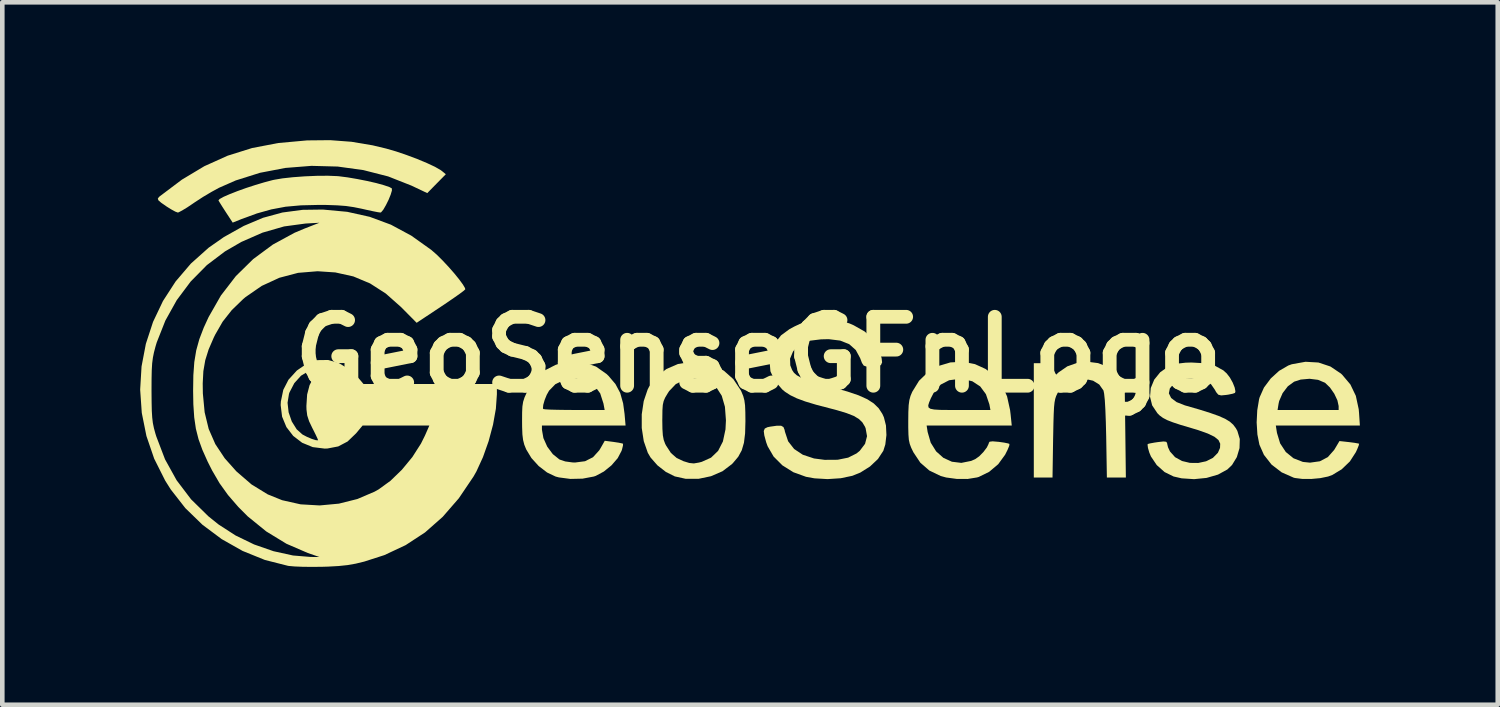
<source format=kicad_pcb>
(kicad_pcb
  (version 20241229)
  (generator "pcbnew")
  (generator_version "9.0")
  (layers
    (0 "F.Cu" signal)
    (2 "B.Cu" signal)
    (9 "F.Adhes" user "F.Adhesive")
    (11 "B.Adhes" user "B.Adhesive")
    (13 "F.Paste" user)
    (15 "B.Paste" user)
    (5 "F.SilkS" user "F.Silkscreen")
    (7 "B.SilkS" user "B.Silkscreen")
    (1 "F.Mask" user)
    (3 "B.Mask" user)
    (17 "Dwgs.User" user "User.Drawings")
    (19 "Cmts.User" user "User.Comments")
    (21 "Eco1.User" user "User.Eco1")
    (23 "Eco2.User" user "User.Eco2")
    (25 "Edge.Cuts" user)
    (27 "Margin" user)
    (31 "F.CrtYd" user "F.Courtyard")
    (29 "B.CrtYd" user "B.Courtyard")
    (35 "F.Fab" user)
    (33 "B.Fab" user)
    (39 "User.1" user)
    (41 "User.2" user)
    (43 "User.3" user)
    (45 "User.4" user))
  (footprint "GeoSenseGFnLogo"
    (layer "F.Cu")
    (at 13.453 4.665)
    (property "Reference" "GeoSenseGFnLogo" (at 0 0 0) (layer "F.SilkS") (effects (font (size 1.5 1.5) (thickness 0.3))))
    (attr board_only exclude_from_pos_files exclude_from_bom)
    (fp_poly (pts (xy 7.391 0.186) (xy 7.597 0.266) (xy 7.769 0.395) (xy 7.867 0.522) (xy 7.97 0.697) (xy 7.983 1.686) (xy 7.995 2.676) (xy 7.788 2.676) (xy 7.582 2.676) (xy 7.567 1.781) (xy 7.559 1.462) (xy 7.549 1.198) (xy 7.537 0.992) (xy 7.522 0.85) (xy 7.508 0.782) (xy 7.416 0.652) (xy 7.282 0.569) (xy 7.121 0.533) (xy 6.948 0.541) (xy 6.779 0.594) (xy 6.63 0.69) (xy 6.515 0.828) (xy 6.504 0.848) (xy 6.478 0.903) (xy 6.458 0.964) (xy 6.443 1.042) (xy 6.432 1.148) (xy 6.425 1.292) (xy 6.419 1.487) (xy 6.414 1.742) (xy 6.412 1.837) (xy 6.399 2.676) (xy 6.196 2.676) (xy 5.992 2.676) (xy 5.992 1.432) (xy 5.992 0.188) (xy 6.18 0.188) (xy 6.369 0.188) (xy 6.369 0.363) (xy 6.369 0.537) (xy 6.532 0.387) (xy 6.722 0.256) (xy 6.939 0.18) (xy 7.167 0.157)) (stroke (width 0) (type solid)) (fill yes) (layer "F.SilkS"))
    (fp_poly (pts (xy -8.855 -4.63) (xy -8.396 -4.553) (xy -8.103 -4.483) (xy -7.885 -4.42) (xy -7.653 -4.341) (xy -7.424 -4.255) (xy -7.213 -4.167) (xy -7.038 -4.085) (xy -6.913 -4.013) (xy -6.885 -3.992) (xy -6.802 -3.924) (xy -7.004 -3.719) (xy -7.206 -3.513) (xy -7.55 -3.676) (xy -8.057 -3.876) (xy -8.597 -4.014) (xy -9.156 -4.091) (xy -9.726 -4.106) (xy -10.293 -4.061) (xy -10.846 -3.955) (xy -11.375 -3.788) (xy -11.739 -3.628) (xy -11.898 -3.541) (xy -12.084 -3.431) (xy -12.259 -3.317) (xy -12.294 -3.293) (xy -12.426 -3.204) (xy -12.538 -3.136) (xy -12.614 -3.096) (xy -12.633 -3.09) (xy -12.688 -3.11) (xy -12.783 -3.162) (xy -12.88 -3.223) (xy -12.995 -3.303) (xy -13.056 -3.356) (xy -13.069 -3.393) (xy -13.044 -3.428) (xy -13.026 -3.444) (xy -12.545 -3.806) (xy -12.056 -4.099) (xy -11.55 -4.327) (xy -11.017 -4.494) (xy -10.448 -4.603) (xy -9.832 -4.659) (xy -9.817 -4.66) (xy -9.318 -4.665)) (stroke (width 0) (type solid)) (fill yes) (layer "F.SilkS"))
    (fp_poly (pts (xy -9.168 -3.883) (xy -9.13 -3.88) (xy -8.936 -3.855) (xy -8.726 -3.819) (xy -8.514 -3.777) (xy -8.317 -3.732) (xy -8.151 -3.686) (xy -8.03 -3.645) (xy -7.977 -3.616) (xy -7.975 -3.57) (xy -8.002 -3.48) (xy -8.048 -3.367) (xy -8.105 -3.252) (xy -8.161 -3.155) (xy -8.208 -3.098) (xy -8.224 -3.09) (xy -8.281 -3.098) (xy -8.393 -3.12) (xy -8.54 -3.152) (xy -8.632 -3.173) (xy -8.806 -3.208) (xy -8.976 -3.233) (xy -9.165 -3.247) (xy -9.394 -3.255) (xy -9.572 -3.256) (xy -9.954 -3.247) (xy -10.288 -3.217) (xy -10.598 -3.159) (xy -10.912 -3.071) (xy -11.251 -2.947) (xy -11.44 -2.871) (xy -11.59 -3.1) (xy -11.664 -3.215) (xy -11.721 -3.306) (xy -11.749 -3.353) (xy -11.75 -3.354) (xy -11.724 -3.385) (xy -11.639 -3.432) (xy -11.506 -3.49) (xy -11.338 -3.556) (xy -11.149 -3.624) (xy -10.949 -3.689) (xy -10.752 -3.748) (xy -10.571 -3.796) (xy -10.533 -3.804) (xy -10.356 -3.834) (xy -10.128 -3.859) (xy -9.871 -3.878) (xy -9.61 -3.889) (xy -9.368 -3.891)) (stroke (width 0) (type solid)) (fill yes) (layer "F.SilkS"))
    (fp_poly (pts (xy -1.295 0.163) (xy -1.006 0.225) (xy -0.754 0.35) (xy -0.546 0.535) (xy -0.386 0.775) (xy -0.369 0.81) (xy -0.331 0.903) (xy -0.306 0.995) (xy -0.291 1.106) (xy -0.285 1.255) (xy -0.283 1.451) (xy -0.29 1.714) (xy -0.315 1.919) (xy -0.363 2.083) (xy -0.439 2.223) (xy -0.549 2.354) (xy -0.575 2.382) (xy -0.782 2.539) (xy -1.032 2.647) (xy -1.304 2.704) (xy -1.581 2.704) (xy -1.82 2.651) (xy -2.014 2.554) (xy -2.198 2.41) (xy -2.347 2.24) (xy -2.407 2.138) (xy -2.495 1.885) (xy -2.539 1.598) (xy -2.539 1.429) (xy -2.092 1.429) (xy -2.089 1.621) (xy -2.08 1.757) (xy -2.061 1.857) (xy -2.03 1.941) (xy -2.011 1.978) (xy -1.904 2.142) (xy -1.779 2.251) (xy -1.632 2.32) (xy -1.505 2.359) (xy -1.406 2.369) (xy -1.294 2.35) (xy -1.233 2.334) (xy -1.031 2.243) (xy -0.878 2.096) (xy -0.773 1.891) (xy -0.717 1.629) (xy -0.707 1.432) (xy -0.729 1.136) (xy -0.798 0.897) (xy -0.913 0.717) (xy -1.074 0.596) (xy -1.281 0.535) (xy -1.403 0.528) (xy -1.621 0.555) (xy -1.797 0.642) (xy -1.943 0.795) (xy -1.978 0.849) (xy -2.029 0.935) (xy -2.062 1.011) (xy -2.081 1.096) (xy -2.089 1.211) (xy -2.091 1.377) (xy -2.092 1.429) (xy -2.539 1.429) (xy -2.539 1.3) (xy -2.496 1.013) (xy -2.41 0.759) (xy -2.378 0.697) (xy -2.215 0.48) (xy -2.003 0.315) (xy -1.752 0.206) (xy -1.474 0.159)) (stroke (width 0) (type solid)) (fill yes) (layer "F.SilkS"))
    (fp_poly (pts (xy 12.185 0.173) (xy 12.444 0.259) (xy 12.674 0.413) (xy 12.701 0.438) (xy 12.88 0.65) (xy 12.999 0.898) (xy 13.062 1.191) (xy 13.069 1.272) (xy 13.087 1.545) (xy 12.173 1.545) (xy 11.258 1.545) (xy 11.283 1.705) (xy 11.352 1.933) (xy 11.475 2.12) (xy 11.643 2.257) (xy 11.847 2.336) (xy 12.002 2.352) (xy 12.217 2.322) (xy 12.39 2.231) (xy 12.527 2.076) (xy 12.543 2.05) (xy 12.643 1.882) (xy 12.851 1.905) (xy 12.967 1.92) (xy 13.047 1.934) (xy 13.07 1.94) (xy 13.062 1.977) (xy 13.029 2.06) (xy 13 2.123) (xy 12.87 2.325) (xy 12.691 2.497) (xy 12.485 2.621) (xy 12.395 2.654) (xy 12.225 2.689) (xy 12.028 2.707) (xy 11.835 2.706) (xy 11.675 2.686) (xy 11.645 2.678) (xy 11.385 2.563) (xy 11.166 2.395) (xy 10.999 2.182) (xy 10.901 1.961) (xy 10.857 1.738) (xy 10.841 1.477) (xy 10.854 1.211) (xy 10.855 1.206) (xy 11.296 1.206) (xy 11.96 1.206) (xy 12.625 1.206) (xy 12.625 1.12) (xy 12.598 0.996) (xy 12.53 0.852) (xy 12.436 0.717) (xy 12.334 0.618) (xy 12.327 0.613) (xy 12.177 0.55) (xy 11.991 0.527) (xy 11.8 0.544) (xy 11.657 0.59) (xy 11.52 0.69) (xy 11.406 0.839) (xy 11.331 1.011) (xy 11.318 1.069) (xy 11.296 1.206) (xy 10.855 1.206) (xy 10.894 0.971) (xy 10.906 0.929) (xy 11 0.718) (xy 11.148 0.52) (xy 11.33 0.354) (xy 11.53 0.238) (xy 11.605 0.211) (xy 11.904 0.157)) (stroke (width 0) (type solid)) (fill yes) (layer "F.SilkS"))
    (fp_poly (pts (xy 4.711 0.208) (xy 4.942 0.313) (xy 5.147 0.469) (xy 5.301 0.665) (xy 5.41 0.91) (xy 5.476 1.21) (xy 5.488 1.31) (xy 5.512 1.545) (xy 4.586 1.545) (xy 3.66 1.545) (xy 3.682 1.686) (xy 3.749 1.918) (xy 3.867 2.107) (xy 4.024 2.247) (xy 4.21 2.332) (xy 4.415 2.357) (xy 4.629 2.314) (xy 4.718 2.275) (xy 4.805 2.213) (xy 4.895 2.121) (xy 4.97 2.022) (xy 5.01 1.94) (xy 5.012 1.923) (xy 5.031 1.896) (xy 5.097 1.888) (xy 5.223 1.899) (xy 5.227 1.899) (xy 5.347 1.916) (xy 5.434 1.934) (xy 5.462 1.945) (xy 5.457 1.986) (xy 5.421 2.073) (xy 5.368 2.179) (xy 5.218 2.385) (xy 5.02 2.552) (xy 4.794 2.663) (xy 4.755 2.674) (xy 4.551 2.707) (xy 4.316 2.706) (xy 4.085 2.675) (xy 3.965 2.642) (xy 3.718 2.523) (xy 3.523 2.353) (xy 3.373 2.128) (xy 3.325 2.03) (xy 3.293 1.946) (xy 3.273 1.856) (xy 3.264 1.741) (xy 3.26 1.583) (xy 3.26 1.454) (xy 3.262 1.25) (xy 3.269 1.104) (xy 3.695 1.104) (xy 3.701 1.15) (xy 3.741 1.179) (xy 3.824 1.196) (xy 3.957 1.204) (xy 4.15 1.206) (xy 4.371 1.206) (xy 5.048 1.206) (xy 5.025 1.083) (xy 4.95 0.862) (xy 4.825 0.693) (xy 4.653 0.581) (xy 4.439 0.53) (xy 4.372 0.528) (xy 4.149 0.559) (xy 3.967 0.653) (xy 3.824 0.811) (xy 3.752 0.951) (xy 3.715 1.039) (xy 3.695 1.104) (xy 3.269 1.104) (xy 3.269 1.102) (xy 3.284 0.992) (xy 3.309 0.9) (xy 3.347 0.81) (xy 3.495 0.57) (xy 3.691 0.381) (xy 3.922 0.247) (xy 4.177 0.171) (xy 4.443 0.157)) (stroke (width 0) (type solid)) (fill yes) (layer "F.SilkS"))
    (fp_poly (pts (xy -3.789 0.172) (xy -3.534 0.262) (xy -3.305 0.423) (xy -3.261 0.465) (xy -3.111 0.642) (xy -3.008 0.835) (xy -2.944 1.063) (xy -2.913 1.291) (xy -2.891 1.545) (xy -3.801 1.545) (xy -4.711 1.545) (xy -4.711 1.634) (xy -4.679 1.817) (xy -4.596 2.003) (xy -4.475 2.166) (xy -4.332 2.281) (xy -4.322 2.286) (xy -4.202 2.326) (xy -4.046 2.347) (xy -3.99 2.349) (xy -3.773 2.321) (xy -3.6 2.234) (xy -3.463 2.083) (xy -3.433 2.033) (xy -3.344 1.876) (xy -3.152 1.901) (xy -3.04 1.918) (xy -2.964 1.934) (xy -2.946 1.941) (xy -2.948 1.982) (xy -2.969 2.067) (xy -2.979 2.096) (xy -3.062 2.254) (xy -3.197 2.41) (xy -3.363 2.545) (xy -3.538 2.639) (xy -3.582 2.654) (xy -3.826 2.7) (xy -4.092 2.706) (xy -4.342 2.673) (xy -4.414 2.654) (xy -4.599 2.566) (xy -4.782 2.425) (xy -4.94 2.251) (xy -5.053 2.064) (xy -5.095 1.961) (xy -5.121 1.859) (xy -5.136 1.737) (xy -5.142 1.574) (xy -5.143 1.45) (xy -5.142 1.263) (xy -5.138 1.168) (xy -4.689 1.168) (xy -4.682 1.185) (xy -4.639 1.192) (xy -4.533 1.198) (xy -4.378 1.202) (xy -4.184 1.205) (xy -4.003 1.206) (xy -3.346 1.206) (xy -3.372 1.066) (xy -3.443 0.845) (xy -3.564 0.681) (xy -3.731 0.576) (xy -3.945 0.53) (xy -4.008 0.528) (xy -4.236 0.556) (xy -4.419 0.645) (xy -4.555 0.785) (xy -4.607 0.877) (xy -4.652 0.989) (xy -4.682 1.094) (xy -4.689 1.168) (xy -5.138 1.168) (xy -5.136 1.13) (xy -5.12 1.028) (xy -5.09 0.934) (xy -5.042 0.828) (xy -5.019 0.781) (xy -4.861 0.534) (xy -4.658 0.349) (xy -4.412 0.224) (xy -4.359 0.207) (xy -4.065 0.154)) (stroke (width 0) (type solid)) (fill yes) (layer "F.SilkS"))
    (fp_poly (pts (xy 9.707 0.189) (xy 9.936 0.245) (xy 10.116 0.344) (xy 10.19 0.411) (xy 10.259 0.501) (xy 10.32 0.61) (xy 10.363 0.718) (xy 10.379 0.801) (xy 10.37 0.834) (xy 10.32 0.852) (xy 10.224 0.872) (xy 10.174 0.879) (xy 10.068 0.889) (xy 10.006 0.873) (xy 9.96 0.818) (xy 9.929 0.762) (xy 9.85 0.648) (xy 9.748 0.576) (xy 9.606 0.539) (xy 9.415 0.528) (xy 9.269 0.532) (xy 9.172 0.55) (xy 9.096 0.588) (xy 9.047 0.625) (xy 8.952 0.736) (xy 8.931 0.844) (xy 8.98 0.945) (xy 9.098 1.034) (xy 9.283 1.107) (xy 9.295 1.11) (xy 9.597 1.197) (xy 9.835 1.272) (xy 10.018 1.337) (xy 10.155 1.398) (xy 10.257 1.46) (xy 10.331 1.526) (xy 10.388 1.602) (xy 10.421 1.661) (xy 10.474 1.838) (xy 10.468 2.035) (xy 10.41 2.231) (xy 10.305 2.403) (xy 10.204 2.5) (xy 10 2.612) (xy 9.751 2.684) (xy 9.48 2.711) (xy 9.208 2.693) (xy 9.033 2.653) (xy 8.838 2.557) (xy 8.667 2.405) (xy 8.541 2.218) (xy 8.506 2.135) (xy 8.476 2.032) (xy 8.467 1.962) (xy 8.472 1.946) (xy 8.522 1.933) (xy 8.62 1.915) (xy 8.696 1.904) (xy 8.812 1.891) (xy 8.871 1.897) (xy 8.892 1.923) (xy 8.894 1.941) (xy 8.912 2.017) (xy 8.955 2.109) (xy 9.066 2.233) (xy 9.216 2.316) (xy 9.389 2.357) (xy 9.569 2.359) (xy 9.741 2.322) (xy 9.889 2.248) (xy 9.998 2.137) (xy 10.044 2.031) (xy 10.048 1.94) (xy 10.011 1.861) (xy 9.923 1.789) (xy 9.779 1.719) (xy 9.571 1.645) (xy 9.425 1.601) (xy 9.192 1.532) (xy 9.019 1.475) (xy 8.893 1.426) (xy 8.802 1.378) (xy 8.731 1.326) (xy 8.68 1.275) (xy 8.567 1.105) (xy 8.521 0.919) (xy 8.537 0.728) (xy 8.612 0.546) (xy 8.743 0.384) (xy 8.926 0.256) (xy 8.969 0.236) (xy 9.101 0.199) (xy 9.293 0.177) (xy 9.421 0.173)) (stroke (width 0) (type solid)) (fill yes) (layer "F.SilkS"))
    (fp_poly (pts (xy 1.643 -0.733) (xy 1.782 -0.725) (xy 1.888 -0.707) (xy 1.982 -0.677) (xy 2.073 -0.637) (xy 2.31 -0.503) (xy 2.483 -0.348) (xy 2.602 -0.161) (xy 2.679 0.072) (xy 2.68 0.074) (xy 2.691 0.171) (xy 2.665 0.229) (xy 2.587 0.256) (xy 2.449 0.263) (xy 2.349 0.261) (xy 2.291 0.24) (xy 2.253 0.183) (xy 2.213 0.077) (xy 2.117 -0.1) (xy 1.974 -0.227) (xy 1.779 -0.304) (xy 1.529 -0.335) (xy 1.361 -0.331) (xy 1.124 -0.302) (xy 0.947 -0.244) (xy 0.819 -0.151) (xy 0.752 -0.064) (xy 0.688 0.089) (xy 0.693 0.235) (xy 0.733 0.336) (xy 0.773 0.396) (xy 0.832 0.449) (xy 0.92 0.499) (xy 1.047 0.55) (xy 1.222 0.606) (xy 1.455 0.672) (xy 1.625 0.717) (xy 1.935 0.804) (xy 2.179 0.887) (xy 2.368 0.972) (xy 2.51 1.064) (xy 2.617 1.169) (xy 2.697 1.292) (xy 2.73 1.365) (xy 2.775 1.543) (xy 2.785 1.751) (xy 2.761 1.956) (xy 2.718 2.093) (xy 2.601 2.272) (xy 2.427 2.436) (xy 2.217 2.568) (xy 2.044 2.638) (xy 1.791 2.691) (xy 1.504 2.71) (xy 1.218 2.693) (xy 1.036 2.66) (xy 0.759 2.56) (xy 0.52 2.41) (xy 0.33 2.219) (xy 0.2 1.995) (xy 0.169 1.91) (xy 0.128 1.759) (xy 0.116 1.664) (xy 0.138 1.61) (xy 0.196 1.581) (xy 0.254 1.569) (xy 0.403 1.548) (xy 0.494 1.549) (xy 0.544 1.577) (xy 0.569 1.638) (xy 0.577 1.679) (xy 0.646 1.887) (xy 0.777 2.055) (xy 0.966 2.18) (xy 1.21 2.261) (xy 1.442 2.291) (xy 1.724 2.289) (xy 1.952 2.243) (xy 2.134 2.152) (xy 2.205 2.094) (xy 2.32 1.942) (xy 2.363 1.776) (xy 2.332 1.603) (xy 2.317 1.568) (xy 2.262 1.476) (xy 2.184 1.401) (xy 2.074 1.335) (xy 1.918 1.274) (xy 1.706 1.21) (xy 1.554 1.17) (xy 1.256 1.092) (xy 1.02 1.021) (xy 0.836 0.953) (xy 0.693 0.884) (xy 0.579 0.81) (xy 0.52 0.761) (xy 0.354 0.57) (xy 0.261 0.364) (xy 0.242 0.141) (xy 0.278 -0.049) (xy 0.364 -0.255) (xy 0.492 -0.418) (xy 0.674 -0.552) (xy 0.781 -0.61) (xy 0.898 -0.665) (xy 0.994 -0.701) (xy 1.091 -0.722) (xy 1.211 -0.732) (xy 1.377 -0.735) (xy 1.45 -0.735)) (stroke (width 0) (type solid)) (fill yes) (layer "F.SilkS"))
    (fp_poly (pts (xy -8.948 -3.106) (xy -8.458 -2.997) (xy -7.997 -2.826) (xy -7.553 -2.587) (xy -7.118 -2.277) (xy -7.11 -2.27) (xy -7 -2.174) (xy -6.875 -2.05) (xy -6.745 -1.911) (xy -6.621 -1.77) (xy -6.513 -1.637) (xy -6.431 -1.525) (xy -6.385 -1.447) (xy -6.379 -1.419) (xy -6.413 -1.388) (xy -6.499 -1.323) (xy -6.627 -1.233) (xy -6.786 -1.124) (xy -6.914 -1.038) (xy -7.437 -0.691) (xy -7.779 -1.036) (xy -8.109 -1.328) (xy -8.451 -1.548) (xy -8.814 -1.7) (xy -9.206 -1.787) (xy -9.593 -1.813) (xy -10.017 -1.778) (xy -10.424 -1.671) (xy -10.808 -1.494) (xy -11.16 -1.251) (xy -11.212 -1.207) (xy -11.461 -0.966) (xy -11.658 -0.716) (xy -11.823 -0.429) (xy -11.853 -0.367) (xy -11.964 -0.11) (xy -12.037 0.124) (xy -12.078 0.361) (xy -12.092 0.627) (xy -12.089 0.846) (xy -12.05 1.257) (xy -11.962 1.619) (xy -11.818 1.948) (xy -11.613 2.257) (xy -11.36 2.541) (xy -11.03 2.826) (xy -10.678 3.042) (xy -10.364 3.169) (xy -9.963 3.259) (xy -9.547 3.283) (xy -9.129 3.244) (xy -8.726 3.143) (xy -8.352 2.983) (xy -8.263 2.933) (xy -8.008 2.748) (xy -7.759 2.507) (xy -7.531 2.231) (xy -7.343 1.937) (xy -7.256 1.762) (xy -7.161 1.545) (xy -7.888 1.545) (xy -8.614 1.545) (xy -8.756 1.715) (xy -8.94 1.892) (xy -9.143 1.999) (xy -9.377 2.044) (xy -9.439 2.046) (xy -9.698 2.014) (xy -9.929 1.919) (xy -10.123 1.77) (xy -10.271 1.578) (xy -10.365 1.351) (xy -10.396 1.099) (xy -10.393 1.049) (xy -10.246 1.049) (xy -10.223 1.257) (xy -10.154 1.456) (xy -10.047 1.627) (xy -9.922 1.739) (xy -9.825 1.79) (xy -9.719 1.835) (xy -9.63 1.863) (xy -9.581 1.866) (xy -9.581 1.866) (xy -9.593 1.832) (xy -9.632 1.748) (xy -9.69 1.631) (xy -9.704 1.605) (xy -9.778 1.45) (xy -9.818 1.325) (xy -9.834 1.196) (xy -9.836 1.118) (xy -9.82 0.869) (xy -9.767 0.666) (xy -9.673 0.484) (xy -9.664 0.471) (xy -9.611 0.383) (xy -9.587 0.323) (xy -9.588 0.31) (xy -9.632 0.311) (xy -9.721 0.335) (xy -9.781 0.357) (xy -9.953 0.46) (xy -10.099 0.622) (xy -10.205 0.826) (xy -10.215 0.856) (xy -10.246 1.049) (xy -10.393 1.049) (xy -10.392 1.024) (xy -10.339 0.768) (xy -10.226 0.548) (xy -10.046 0.35) (xy -10.039 0.344) (xy -9.823 0.196) (xy -9.595 0.121) (xy -9.362 0.118) (xy -9.129 0.186) (xy -8.901 0.324) (xy -8.685 0.532) (xy -8.677 0.541) (xy -8.593 0.641) (xy -7.142 0.641) (xy -5.691 0.641) (xy -5.691 0.865) (xy -5.713 1.178) (xy -5.775 1.526) (xy -5.871 1.885) (xy -5.994 2.232) (xy -6.136 2.542) (xy -6.2 2.655) (xy -6.519 3.127) (xy -6.87 3.531) (xy -7.254 3.87) (xy -7.677 4.147) (xy -8.14 4.364) (xy -8.578 4.505) (xy -8.764 4.55) (xy -8.94 4.581) (xy -9.131 4.601) (xy -9.361 4.614) (xy -9.497 4.618) (xy -9.711 4.62) (xy -9.915 4.618) (xy -10.09 4.611) (xy -10.215 4.6) (xy -10.236 4.597) (xy -10.74 4.469) (xy -11.224 4.273) (xy -11.679 4.016) (xy -12.097 3.704) (xy -12.47 3.342) (xy -12.787 2.936) (xy -12.908 2.744) (xy -13.148 2.266) (xy -13.317 1.772) (xy -13.418 1.269) (xy -13.452 0.78) (xy -13.206 0.78) (xy -13.206 0.791) (xy -13.204 1.037) (xy -13.2 1.225) (xy -13.191 1.37) (xy -13.177 1.489) (xy -13.154 1.6) (xy -13.122 1.718) (xy -13.102 1.782) (xy -12.912 2.28) (xy -12.66 2.735) (xy -12.346 3.149) (xy -11.968 3.52) (xy -11.746 3.698) (xy -11.378 3.936) (xy -10.974 4.132) (xy -10.551 4.279) (xy -10.128 4.372) (xy -9.742 4.404) (xy -9.553 4.405) (xy -9.805 4.318) (xy -10.27 4.117) (xy -10.709 3.849) (xy -11.114 3.52) (xy -11.317 3.316) (xy -11.542 3.056) (xy -11.725 2.801) (xy -11.888 2.521) (xy -11.985 2.329) (xy -12.099 2.074) (xy -12.183 1.842) (xy -12.241 1.613) (xy -12.277 1.367) (xy -12.296 1.084) (xy -12.301 0.791) (xy -12.296 0.45) (xy -12.275 0.162) (xy -12.233 -0.092) (xy -12.166 -0.334) (xy -12.071 -0.583) (xy -11.964 -0.816) (xy -11.696 -1.285) (xy -11.371 -1.707) (xy -10.993 -2.078) (xy -10.565 -2.394) (xy -10.094 -2.65) (xy -9.883 -2.739) (xy -9.553 -2.868) (xy -9.855 -2.851) (xy -10.321 -2.788) (xy -10.79 -2.653) (xy -11.253 -2.45) (xy -11.608 -2.244) (xy -12.002 -1.946) (xy -12.354 -1.589) (xy -12.657 -1.184) (xy -12.905 -0.739) (xy -13.093 -0.263) (xy -13.121 -0.169) (xy -13.153 -0.047) (xy -13.176 0.067) (xy -13.192 0.191) (xy -13.201 0.34) (xy -13.205 0.531) (xy -13.206 0.78) (xy -13.452 0.78) (xy -13.453 0.762) (xy -13.423 0.259) (xy -13.329 -0.234) (xy -13.173 -0.711) (xy -12.957 -1.165) (xy -12.682 -1.59) (xy -12.35 -1.979) (xy -11.962 -2.326) (xy -11.631 -2.557) (xy -11.199 -2.799) (xy -10.78 -2.976) (xy -10.358 -3.091) (xy -9.92 -3.149) (xy -9.478 -3.155)) (stroke (width 0) (type solid)) (fill yes) (layer "F.SilkS")))
  (gr_rect
    (start -3 -3)
    (end 29.54 12.285)
    (stroke (width 0.1) (type default))
    (fill no)
    (layer "Edge.Cuts")))
</source>
